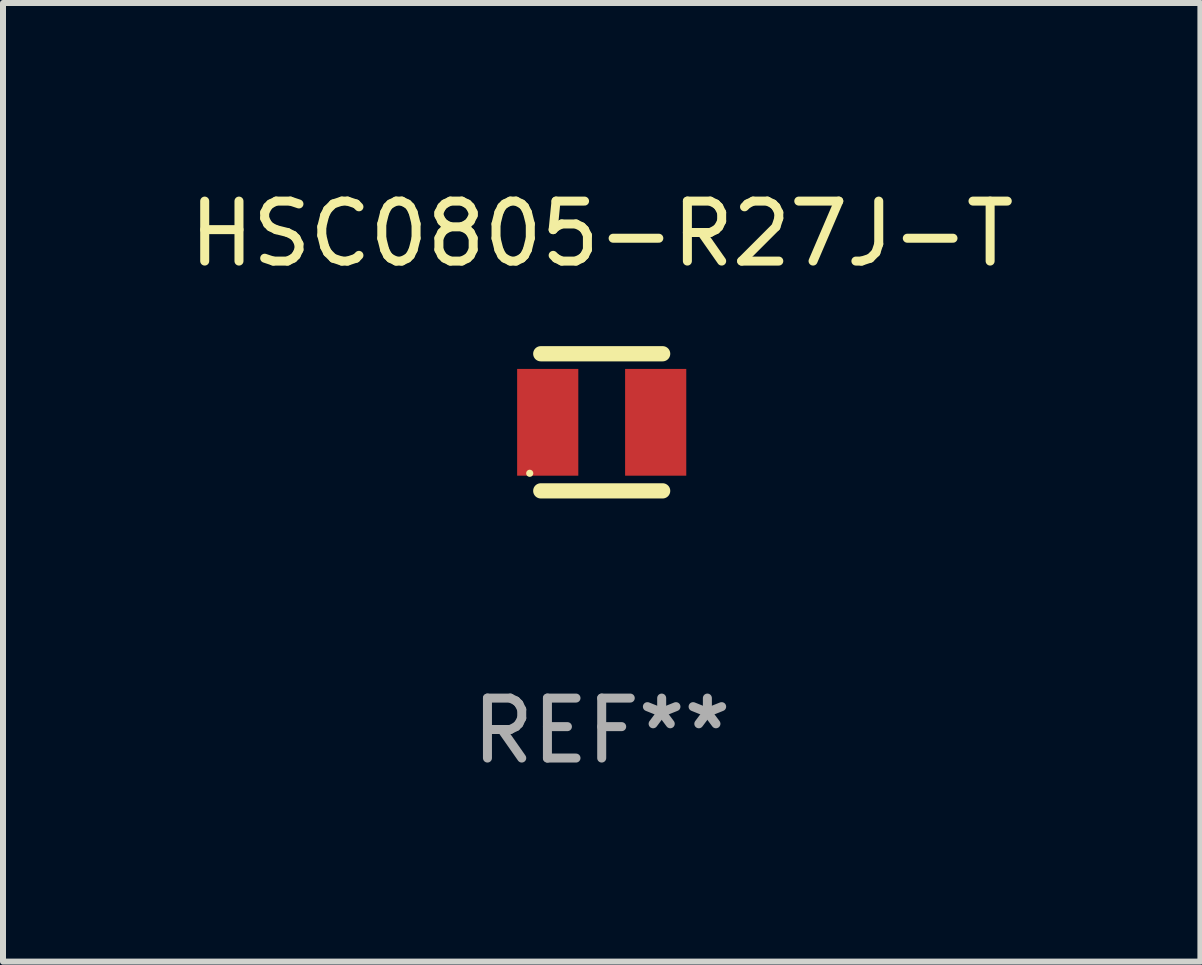
<source format=kicad_pcb>
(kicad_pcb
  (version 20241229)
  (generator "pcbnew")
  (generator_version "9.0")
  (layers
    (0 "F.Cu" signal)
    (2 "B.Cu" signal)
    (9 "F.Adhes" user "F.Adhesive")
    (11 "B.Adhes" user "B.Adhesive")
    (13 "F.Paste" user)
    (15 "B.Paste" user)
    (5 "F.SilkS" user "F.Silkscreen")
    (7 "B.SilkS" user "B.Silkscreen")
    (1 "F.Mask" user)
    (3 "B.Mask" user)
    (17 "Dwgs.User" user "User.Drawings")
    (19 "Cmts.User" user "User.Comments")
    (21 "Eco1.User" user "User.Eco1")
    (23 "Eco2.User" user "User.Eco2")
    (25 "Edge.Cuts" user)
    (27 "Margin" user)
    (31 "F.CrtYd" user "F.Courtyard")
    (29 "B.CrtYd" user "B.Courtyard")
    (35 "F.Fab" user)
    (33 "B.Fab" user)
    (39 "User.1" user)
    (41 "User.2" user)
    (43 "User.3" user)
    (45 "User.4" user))
  (footprint "HSC0805-R27J-T"
    (layer "F.Cu")
    (at 6.982 3.991)
    (property "Reference" "HSC0805-R27J-T" (at 0 -3.143 0) (layer "F.SilkS") (effects (font (size 1 1) (thickness 0.15))))
    (attr through_hole)
    (fp_line (start -1.016 -1.143) (end 1.016 -1.143) (stroke (width 0.254) (type solid)) (layer "F.SilkS"))
    (fp_line (start -1.016 1.143) (end 1.016 1.143) (stroke (width 0.254) (type solid)) (layer "F.SilkS"))
    (fp_circle (center -1.2 0.85) (end -1.17 0.85) (stroke (width 0.06) (type solid)) (fill no) (layer "F.SilkS"))
    (fp_text user "REF**" (at 0 5.143 0) (layer "F.Fab") (effects (font (size 1 1) (thickness 0.15))))
    (pad "1" smd rect (at -0.9 0) (size 1.02 1.78) (layers "F.Cu" "F.Mask" "F.Paste"))
    (pad "2" smd rect (at 0.9 0) (size 1.02 1.78) (layers "F.Cu" "F.Mask" "F.Paste")))
  (gr_rect
    (start -3 -3)
    (end 16.964 12.983)
    (stroke (width 0.1) (type default))
    (fill no)
    (layer "Edge.Cuts")))
</source>
